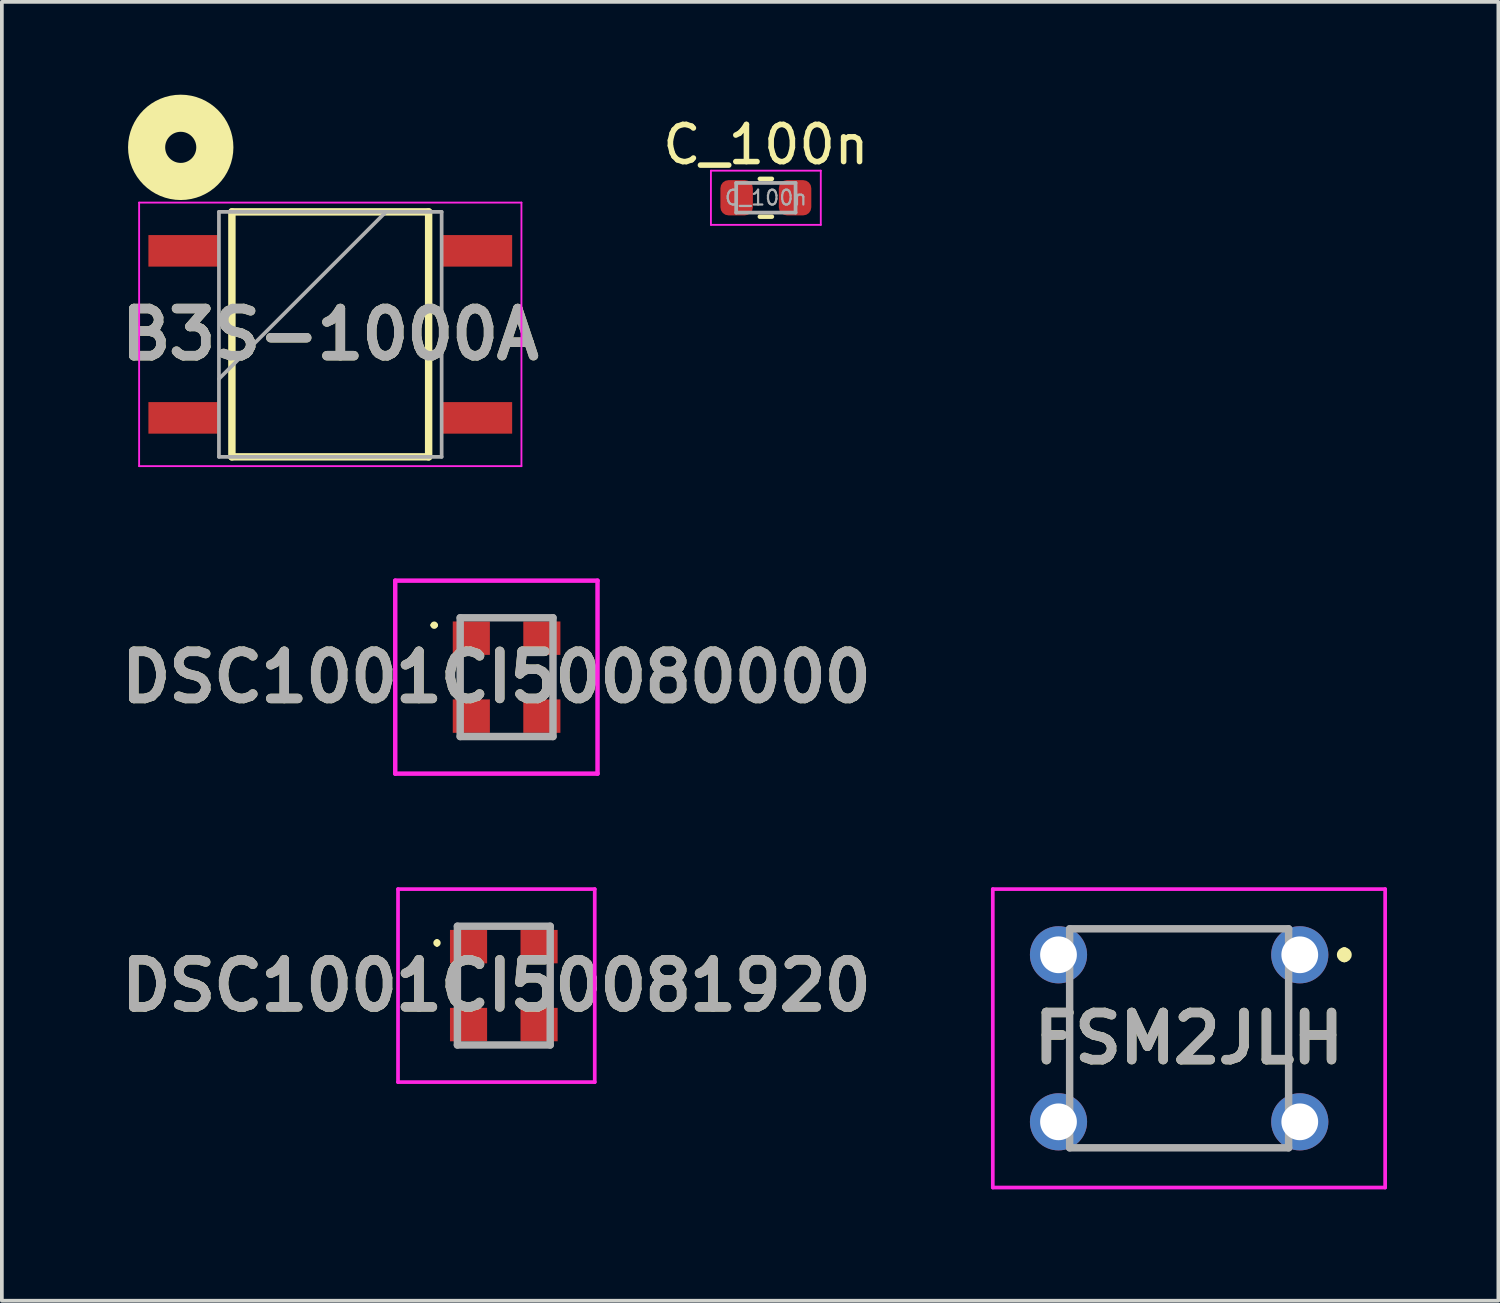
<source format=kicad_pcb>
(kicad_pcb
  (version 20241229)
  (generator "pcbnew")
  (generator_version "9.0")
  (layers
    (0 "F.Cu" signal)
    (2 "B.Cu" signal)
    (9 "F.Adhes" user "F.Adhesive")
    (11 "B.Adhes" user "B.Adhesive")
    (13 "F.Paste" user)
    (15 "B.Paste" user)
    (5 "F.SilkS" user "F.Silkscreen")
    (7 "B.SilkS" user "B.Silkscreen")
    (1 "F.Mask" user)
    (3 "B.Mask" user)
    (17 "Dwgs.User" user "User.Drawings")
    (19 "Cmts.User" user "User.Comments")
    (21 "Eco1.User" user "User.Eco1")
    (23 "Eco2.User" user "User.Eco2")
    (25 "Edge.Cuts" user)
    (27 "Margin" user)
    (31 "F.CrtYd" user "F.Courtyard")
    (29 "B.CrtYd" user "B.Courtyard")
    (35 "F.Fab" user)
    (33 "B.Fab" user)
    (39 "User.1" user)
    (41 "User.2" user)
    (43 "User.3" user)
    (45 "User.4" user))
  (footprint "DSC1001CI50081920"
    (layer "F.Cu")
    (at 10.523 23.503)
    (property "Reference" "DSC1001CI50081920" (at -0.2 0 0) (layer "F.SilkS") (effects (font (size 1.27 1.27) (thickness 0.254))))
    (attr smd)
    (fp_line (start -1.8 -1.2) (end -1.8 -1.2) (stroke (width 0.1) (type solid)) (layer "F.SilkS"))
    (fp_line (start -1.8 -1.1) (end -1.8 -1.1) (stroke (width 0.1) (type solid)) (layer "F.SilkS"))
    (fp_line (start -1.25 -0.4) (end -1.25 0.4) (stroke (width 0.1) (type solid)) (layer "F.SilkS"))
    (fp_line (start 1.25 -0.4) (end 1.25 0.4) (stroke (width 0.1) (type solid)) (layer "F.SilkS"))
    (fp_arc (start -1.8 -1.2) (mid -1.75 -1.15) (end -1.8 -1.1) (stroke (width 0.1) (type solid)) (layer "F.SilkS"))
    (fp_arc (start -1.8 -1.1) (mid -1.85 -1.15) (end -1.8 -1.2) (stroke (width 0.1) (type solid)) (layer "F.SilkS"))
    (fp_line (start -2.85 -2.6) (end 2.45 -2.6) (stroke (width 0.1) (type solid)) (layer "F.CrtYd"))
    (fp_line (start -2.85 2.6) (end -2.85 -2.6) (stroke (width 0.1) (type solid)) (layer "F.CrtYd"))
    (fp_line (start 2.45 -2.6) (end 2.45 2.6) (stroke (width 0.1) (type solid)) (layer "F.CrtYd"))
    (fp_line (start 2.45 2.6) (end -2.85 2.6) (stroke (width 0.1) (type solid)) (layer "F.CrtYd"))
    (fp_line (start -1.25 -1.6) (end 1.25 -1.6) (stroke (width 0.2) (type solid)) (layer "F.Fab"))
    (fp_line (start -1.25 1.6) (end -1.25 -1.6) (stroke (width 0.2) (type solid)) (layer "F.Fab"))
    (fp_line (start 1.25 -1.6) (end 1.25 1.6) (stroke (width 0.2) (type solid)) (layer "F.Fab"))
    (fp_line (start 1.25 1.6) (end -1.25 1.6) (stroke (width 0.2) (type solid)) (layer "F.Fab"))
    (fp_text user "${REFERENCE}" (at -0.2 0 0) (layer "F.Fab") (effects (font (size 1.27 1.27) (thickness 0.254))))
    (pad "1" smd rect (at -0.95 -1.05 90) (size 0.9 1) (layers "F.Cu" "F.Mask" "F.Paste"))
    (pad "2" smd rect (at -0.95 1.05 90) (size 0.9 1) (layers "F.Cu" "F.Mask" "F.Paste"))
    (pad "3" smd rect (at 0.95 1.05 90) (size 0.9 1) (layers "F.Cu" "F.Mask" "F.Paste"))
    (pad "4" smd rect (at 0.95 -1.05 90) (size 0.9 1) (layers "F.Cu" "F.Mask" "F.Paste")))
  (footprint "C_100n"
    (layer "F.Cu")
    (at 17.583 2.278)
    (property "Reference" "C_100n" (at 0 -1.43 0) (layer "F.SilkS") (effects (font (size 1 1) (thickness 0.15))))
    (attr smd)
    (fp_line (start -0.163 -0.51) (end 0.163 -0.51) (stroke (width 0.12) (type solid)) (layer "F.SilkS"))
    (fp_line (start -0.163 0.51) (end 0.163 0.51) (stroke (width 0.12) (type solid)) (layer "F.SilkS"))
    (fp_line (start -1.48 -0.73) (end 1.48 -0.73) (stroke (width 0.05) (type solid)) (layer "F.CrtYd"))
    (fp_line (start -1.48 0.73) (end -1.48 -0.73) (stroke (width 0.05) (type solid)) (layer "F.CrtYd"))
    (fp_line (start 1.48 -0.73) (end 1.48 0.73) (stroke (width 0.05) (type solid)) (layer "F.CrtYd"))
    (fp_line (start 1.48 0.73) (end -1.48 0.73) (stroke (width 0.05) (type solid)) (layer "F.CrtYd"))
    (fp_line (start -0.8 -0.4) (end 0.8 -0.4) (stroke (width 0.1) (type solid)) (layer "F.Fab"))
    (fp_line (start -0.8 0.4) (end -0.8 -0.4) (stroke (width 0.1) (type solid)) (layer "F.Fab"))
    (fp_line (start 0.8 -0.4) (end 0.8 0.4) (stroke (width 0.1) (type solid)) (layer "F.Fab"))
    (fp_line (start 0.8 0.4) (end -0.8 0.4) (stroke (width 0.1) (type solid)) (layer "F.Fab"))
    (fp_text user "${REFERENCE}" (at 0 0 0) (layer "F.Fab") (effects (font (size 0.4 0.4) (thickness 0.06))))
    (pad "1" smd roundrect (at -0.787 0) (size 0.875 0.95) (layers "F.Cu" "F.Mask" "F.Paste") (roundrect_rratio 0.25))
    (pad "2" smd roundrect (at 0.787 0) (size 0.875 0.95) (layers "F.Cu" "F.Mask" "F.Paste") (roundrect_rratio 0.25)))
  (footprint "DSC1001CI50080000"
    (layer "F.Cu")
    (at 10.598 15.193)
    (property "Reference" "DSC1001CI50080000" (at -0.275 0 0) (layer "F.SilkS") (effects (font (size 1.27 1.27) (thickness 0.254))))
    (attr smd)
    (fp_line (start -2 -1.4) (end -2 -1.4) (stroke (width 0.1) (type solid)) (layer "F.SilkS"))
    (fp_line (start -1.9 -1.4) (end -1.9 -1.4) (stroke (width 0.1) (type solid)) (layer "F.SilkS"))
    (fp_line (start -1.25 -0.4) (end -1.25 0.4) (stroke (width 0.1) (type solid)) (layer "F.SilkS"))
    (fp_line (start 1.25 -0.4) (end 1.25 0.4) (stroke (width 0.1) (type solid)) (layer "F.SilkS"))
    (fp_arc (start -2 -1.4) (mid -1.95 -1.45) (end -1.9 -1.4) (stroke (width 0.1) (type solid)) (layer "F.SilkS"))
    (fp_arc (start -1.9 -1.4) (mid -1.95 -1.35) (end -2 -1.4) (stroke (width 0.1) (type solid)) (layer "F.SilkS"))
    (fp_line (start -3 -2.6) (end -3 2.6) (stroke (width 0.12) (type solid)) (layer "F.CrtYd"))
    (fp_line (start -3 2.6) (end 2.45 2.6) (stroke (width 0.12) (type solid)) (layer "F.CrtYd"))
    (fp_line (start 2.45 -2.6) (end -3 -2.6) (stroke (width 0.12) (type solid)) (layer "F.CrtYd"))
    (fp_line (start 2.45 2.6) (end 2.45 -2.6) (stroke (width 0.12) (type solid)) (layer "F.CrtYd"))
    (fp_line (start -1.25 -1.6) (end 1.25 -1.6) (stroke (width 0.2) (type solid)) (layer "F.Fab"))
    (fp_line (start -1.25 1.6) (end -1.25 -1.6) (stroke (width 0.2) (type solid)) (layer "F.Fab"))
    (fp_line (start 1.25 -1.6) (end 1.25 1.6) (stroke (width 0.2) (type solid)) (layer "F.Fab"))
    (fp_line (start 1.25 1.6) (end -1.25 1.6) (stroke (width 0.2) (type solid)) (layer "F.Fab"))
    (fp_text user "${REFERENCE}" (at -0.275 0 0) (layer "F.Fab") (effects (font (size 1.27 1.27) (thickness 0.254))))
    (pad "1" smd rect (at -0.95 -1.05 90) (size 0.9 1) (layers "F.Cu" "F.Mask" "F.Paste"))
    (pad "2" smd rect (at -0.95 1.05 90) (size 0.9 1) (layers "F.Cu" "F.Mask" "F.Paste"))
    (pad "3" smd rect (at 0.95 1.05 90) (size 0.9 1) (layers "F.Cu" "F.Mask" "F.Paste"))
    (pad "4" smd rect (at 0.95 -1.05 90) (size 0.9 1) (layers "F.Cu" "F.Mask" "F.Paste")))
  (footprint "B3S-1000A"
    (layer "F.Cu")
    (at 5.848 5.958)
    (property "Reference" "B3S-1000A" (at 0 0 0) (layer "F.SilkS") (effects (font (size 1.27 1.27) (thickness 0.254))))
    (attr smd)
    (fp_line (start -2.65 -3.3) (end 2.65 -3.3) (stroke (width 0.2) (type solid)) (layer "F.SilkS"))
    (fp_line (start -2.65 3.3) (end -2.65 -3.3) (stroke (width 0.2) (type solid)) (layer "F.SilkS"))
    (fp_line (start 2.65 -3.3) (end 2.65 3.3) (stroke (width 0.2) (type solid)) (layer "F.SilkS"))
    (fp_line (start 2.65 3.3) (end -2.65 3.3) (stroke (width 0.2) (type solid)) (layer "F.SilkS"))
    (fp_circle (center -4.029 -5.038) (end -4.029 -4.619) (stroke (width 1) (type solid)) (fill no) (layer "F.SilkS"))
    (fp_line (start -5.15 -3.55) (end 5.15 -3.55) (stroke (width 0.05) (type solid)) (layer "F.CrtYd"))
    (fp_line (start -5.15 3.55) (end -5.15 -3.55) (stroke (width 0.05) (type solid)) (layer "F.CrtYd"))
    (fp_line (start 5.15 -3.55) (end 5.15 3.55) (stroke (width 0.05) (type solid)) (layer "F.CrtYd"))
    (fp_line (start 5.15 3.55) (end -5.15 3.55) (stroke (width 0.05) (type solid)) (layer "F.CrtYd"))
    (fp_line (start -3 -3.3) (end 3 -3.3) (stroke (width 0.1) (type solid)) (layer "F.Fab"))
    (fp_line (start -3 1.2) (end 1.5 -3.3) (stroke (width 0.1) (type solid)) (layer "F.Fab"))
    (fp_line (start -3 3.3) (end -3 -3.3) (stroke (width 0.1) (type solid)) (layer "F.Fab"))
    (fp_line (start 3 -3.3) (end 3 3.3) (stroke (width 0.1) (type solid)) (layer "F.Fab"))
    (fp_line (start 3 3.3) (end -3 3.3) (stroke (width 0.1) (type solid)) (layer "F.Fab"))
    (fp_text user "${REFERENCE}" (at 0 0 0) (layer "F.Fab") (effects (font (size 1.27 1.27) (thickness 0.254))))
    (pad "1" smd rect (at -3.95 -2.25 90) (size 0.85 1.9) (layers "F.Cu" "F.Mask" "F.Paste"))
    (pad "2" smd rect (at 3.95 -2.25 90) (size 0.85 1.9) (layers "F.Cu" "F.Mask" "F.Paste"))
    (pad "3" smd rect (at -3.95 2.25 90) (size 0.85 1.9) (layers "F.Cu" "F.Mask" "F.Paste"))
    (pad "4" smd rect (at 3.95 2.25 90) (size 0.85 1.9) (layers "F.Cu" "F.Mask" "F.Paste")))
  (footprint "FSM2JLH"
    (layer "F.Cu")
    (at 31.967 22.673)
    (property "Reference" "FSM2JLH" (at -2.985 2.25 0) (layer "F.SilkS") (effects (font (size 1.27 1.27) (thickness 0.254))))
    (attr through_hole)
    (fp_line (start -6.2 1.25) (end -6.2 3.25) (stroke (width 0.1) (type solid)) (layer "F.SilkS"))
    (fp_line (start -5.25 -0.7) (end -1.25 -0.7) (stroke (width 0.1) (type solid)) (layer "F.SilkS"))
    (fp_line (start -5.25 5.2) (end -1.25 5.2) (stroke (width 0.1) (type solid)) (layer "F.SilkS"))
    (fp_line (start -0.3 1.25) (end -0.3 3.25) (stroke (width 0.1) (type solid)) (layer "F.SilkS"))
    (fp_line (start 1.2 -0.1) (end 1.2 -0.1) (stroke (width 0.2) (type solid)) (layer "F.SilkS"))
    (fp_line (start 1.2 0.1) (end 1.2 0.1) (stroke (width 0.2) (type solid)) (layer "F.SilkS"))
    (fp_arc (start 1.2 -0.1) (mid 1.3 0) (end 1.2 0.1) (stroke (width 0.2) (type solid)) (layer "F.SilkS"))
    (fp_arc (start 1.2 0.1) (mid 1.1 0) (end 1.2 -0.1) (stroke (width 0.2) (type solid)) (layer "F.SilkS"))
    (fp_line (start -8.27 -1.77) (end 2.3 -1.77) (stroke (width 0.1) (type solid)) (layer "F.CrtYd"))
    (fp_line (start -8.27 6.27) (end -8.27 -1.77) (stroke (width 0.1) (type solid)) (layer "F.CrtYd"))
    (fp_line (start 2.3 -1.77) (end 2.3 6.27) (stroke (width 0.1) (type solid)) (layer "F.CrtYd"))
    (fp_line (start 2.3 6.27) (end -8.27 6.27) (stroke (width 0.1) (type solid)) (layer "F.CrtYd"))
    (fp_line (start -6.2 -0.7) (end -0.3 -0.7) (stroke (width 0.2) (type solid)) (layer "F.Fab"))
    (fp_line (start -6.2 5.2) (end -6.2 -0.7) (stroke (width 0.2) (type solid)) (layer "F.Fab"))
    (fp_line (start -0.3 -0.7) (end -0.3 5.2) (stroke (width 0.2) (type solid)) (layer "F.Fab"))
    (fp_line (start -0.3 5.2) (end -6.2 5.2) (stroke (width 0.2) (type solid)) (layer "F.Fab"))
    (fp_text user "${REFERENCE}" (at -2.985 2.25 0) (layer "F.Fab") (effects (font (size 1.27 1.27) (thickness 0.254))))
    (pad "1" thru_hole circle (at 0 0) (size 1.54 1.54) (drill 0.99) (layers "*.Cu" "*.Mask"))
    (pad "2" thru_hole circle (at 0 4.5) (size 1.54 1.54) (drill 0.99) (layers "*.Cu" "*.Mask"))
    (pad "3" thru_hole circle (at -6.5 4.5) (size 1.54 1.54) (drill 0.99) (layers "*.Cu" "*.Mask"))
    (pad "4" thru_hole circle (at -6.5 0) (size 1.54 1.54) (drill 0.99) (layers "*.Cu" "*.Mask")))
  (gr_rect
    (start -3 -3)
    (end 37.317 31.993)
    (stroke (width 0.1) (type default))
    (fill no)
    (layer "Edge.Cuts")))
</source>
